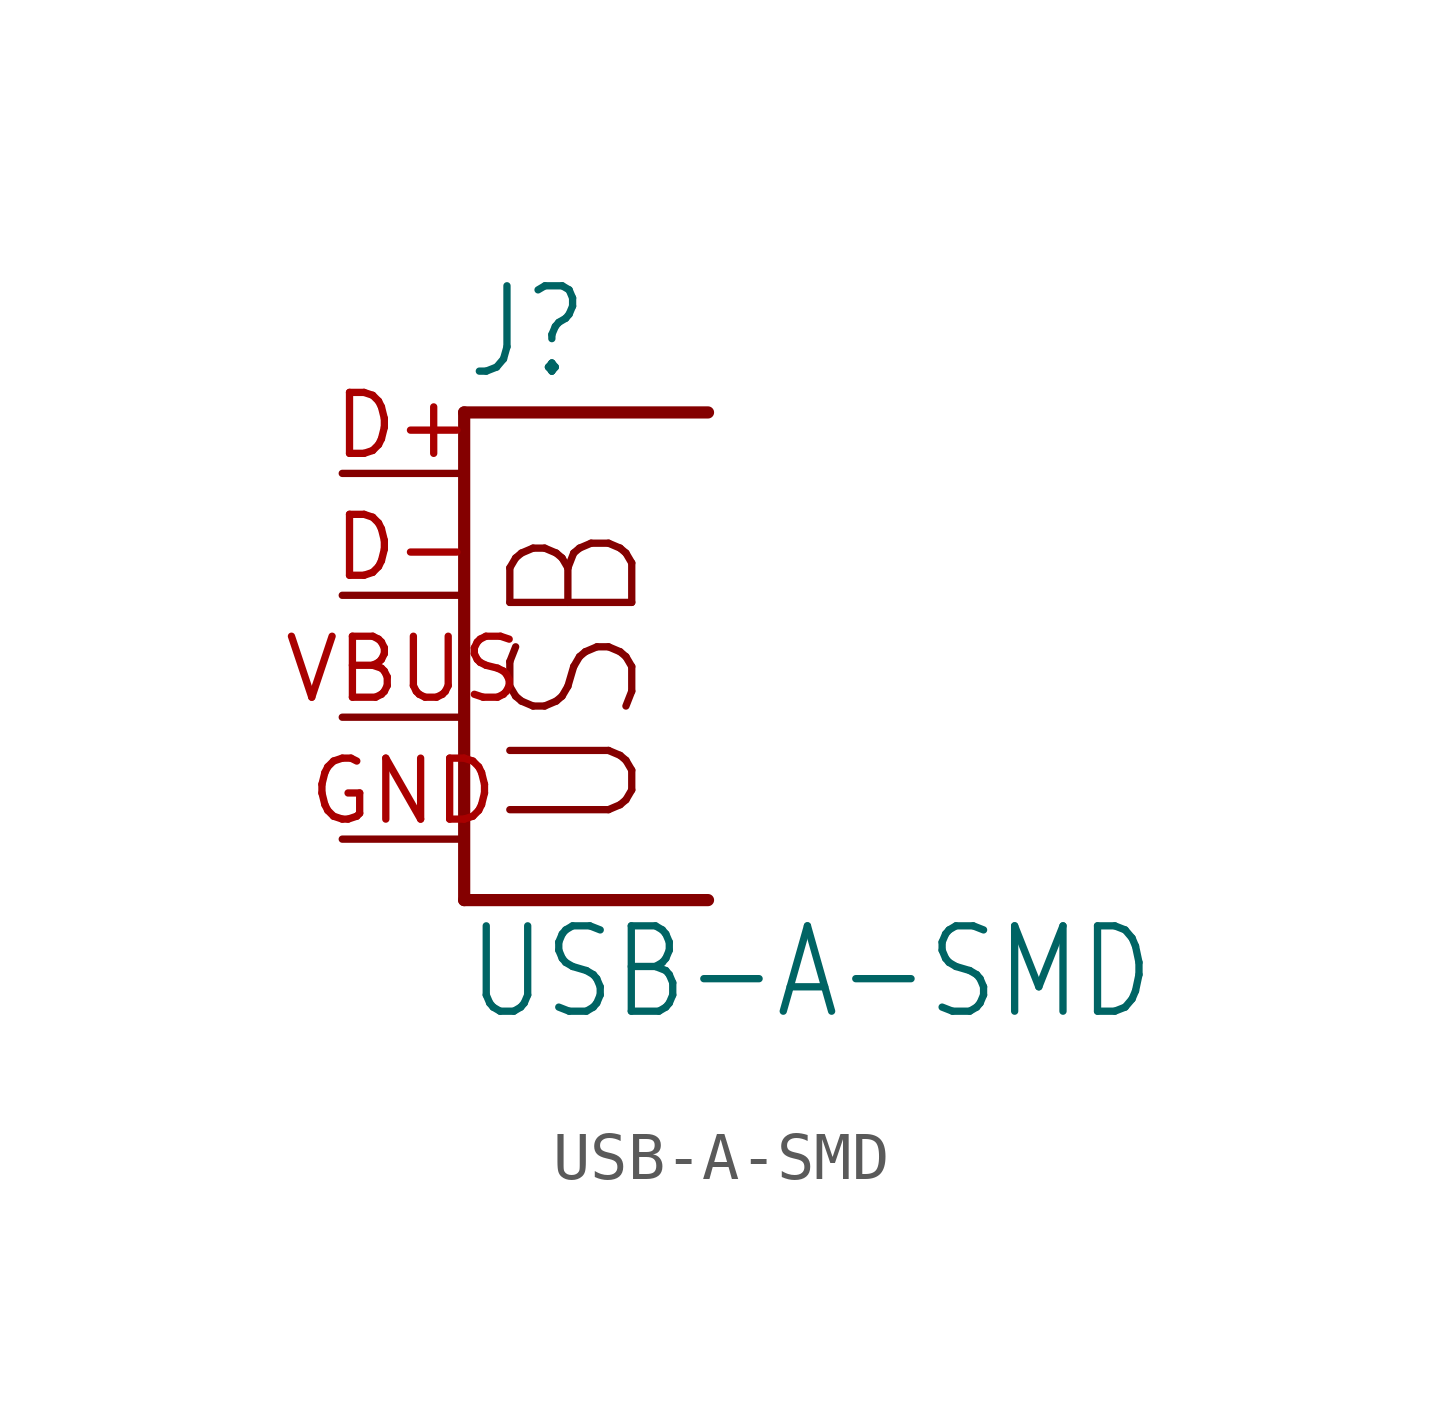
<source format=kicad_sym>
(kicad_symbol_lib
  (version 20211014)
  (generator kicad_symbol_editor)
  (symbol "USB-A-SMD"
    (property "Reference" "J"
      (at 0 9.525 0)
      (effects (font (size 1.778 1.511)) (justify left bottom)))
    (property "Value" "USB-A-SMD"
      (at 0 -3.81 0)
      (effects (font (size 1.778 1.511)) (justify left bottom)))
    (property "ki_locked" ""
      (at 0 0 0)
      (effects (font (size 1.27 1.27))))
    (symbol "USB-A-SMD_1_0"
      (polyline (pts (xy 0 -1.27) (xy 5.08 -1.27)) (stroke (width 0.254) (type default) (color 0 0 0 0)) (fill (type none)))
      (polyline (pts (xy 0 8.89) (xy 0 -1.27)) (stroke (width 0.254) (type default) (color 0 0 0 0)) (fill (type none)))
      (polyline (pts (xy 5.08 8.89) (xy 0 8.89)) (stroke (width 0.254) (type default) (color 0 0 0 0)) (fill (type none)))
      (text "USB" (at 3.81 0 900) (effects (font (size 2.54 2.159)) (justify left bottom)))
      (pin bidirectional line (at -2.54 7.62 0) (length 2.54) (name "D+" (effects (font (size 0 0)))) (number "D+" (effects (font (size 1.27 1.27)))))
      (pin bidirectional line (at -2.54 5.08 0) (length 2.54) (name "D-" (effects (font (size 0 0)))) (number "D-" (effects (font (size 1.27 1.27)))))
      (pin bidirectional line (at -2.54 0 0) (length 2.54) (name "GND" (effects (font (size 0 0)))) (number "GND" (effects (font (size 1.27 1.27)))))
      (pin bidirectional line (at -2.54 2.54 0) (length 2.54) (name "VBUS" (effects (font (size 0 0)))) (number "VBUS" (effects (font (size 1.27 1.27))))))))
</source>
